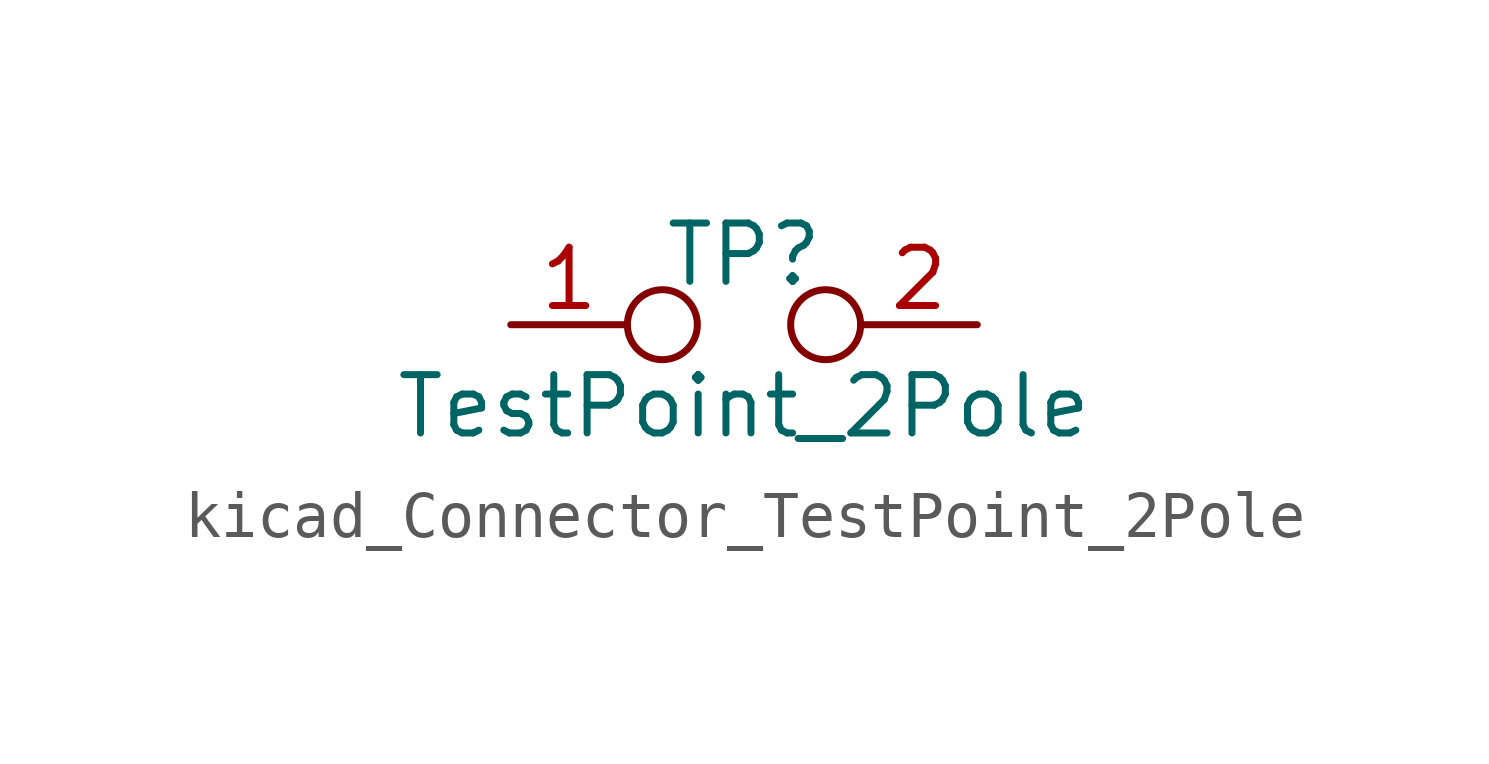
<source format=kicad_sym>
(kicad_symbol_lib
  (version 20220914)
  (generator kicad_symbol_editor)
  (symbol "kicad_Connector_TestPoint_2Pole"
    (pin_names
      (offset 0.762) hide)
    (property "Reference" "TP"
      (at 0 1.524 0)
      (effects (font (size 1.27 1.27))))
    (property "Value" "TestPoint_2Pole"
      (at 0 -1.778 0)
      (effects (font (size 1.27 1.27))))
    (symbol "kicad_Connector_TestPoint_2Pole_0_1"
      (circle (center -1.778 0) (radius 0.762) (stroke (width 0) (type default)) (fill (type none)))
      (circle (center 1.778 0) (radius 0.762) (stroke (width 0) (type default)) (fill (type none)))
      (pin passive line (at -5.08 0 0) (length 2.54) (name "1" (effects (font (size 1.27 1.27)))) (number "1" (effects (font (size 1.27 1.27)))))
      (pin passive line (at 5.08 0 180) (length 2.54) (name "2" (effects (font (size 1.27 1.27)))) (number "2" (effects (font (size 1.27 1.27))))))))
</source>
